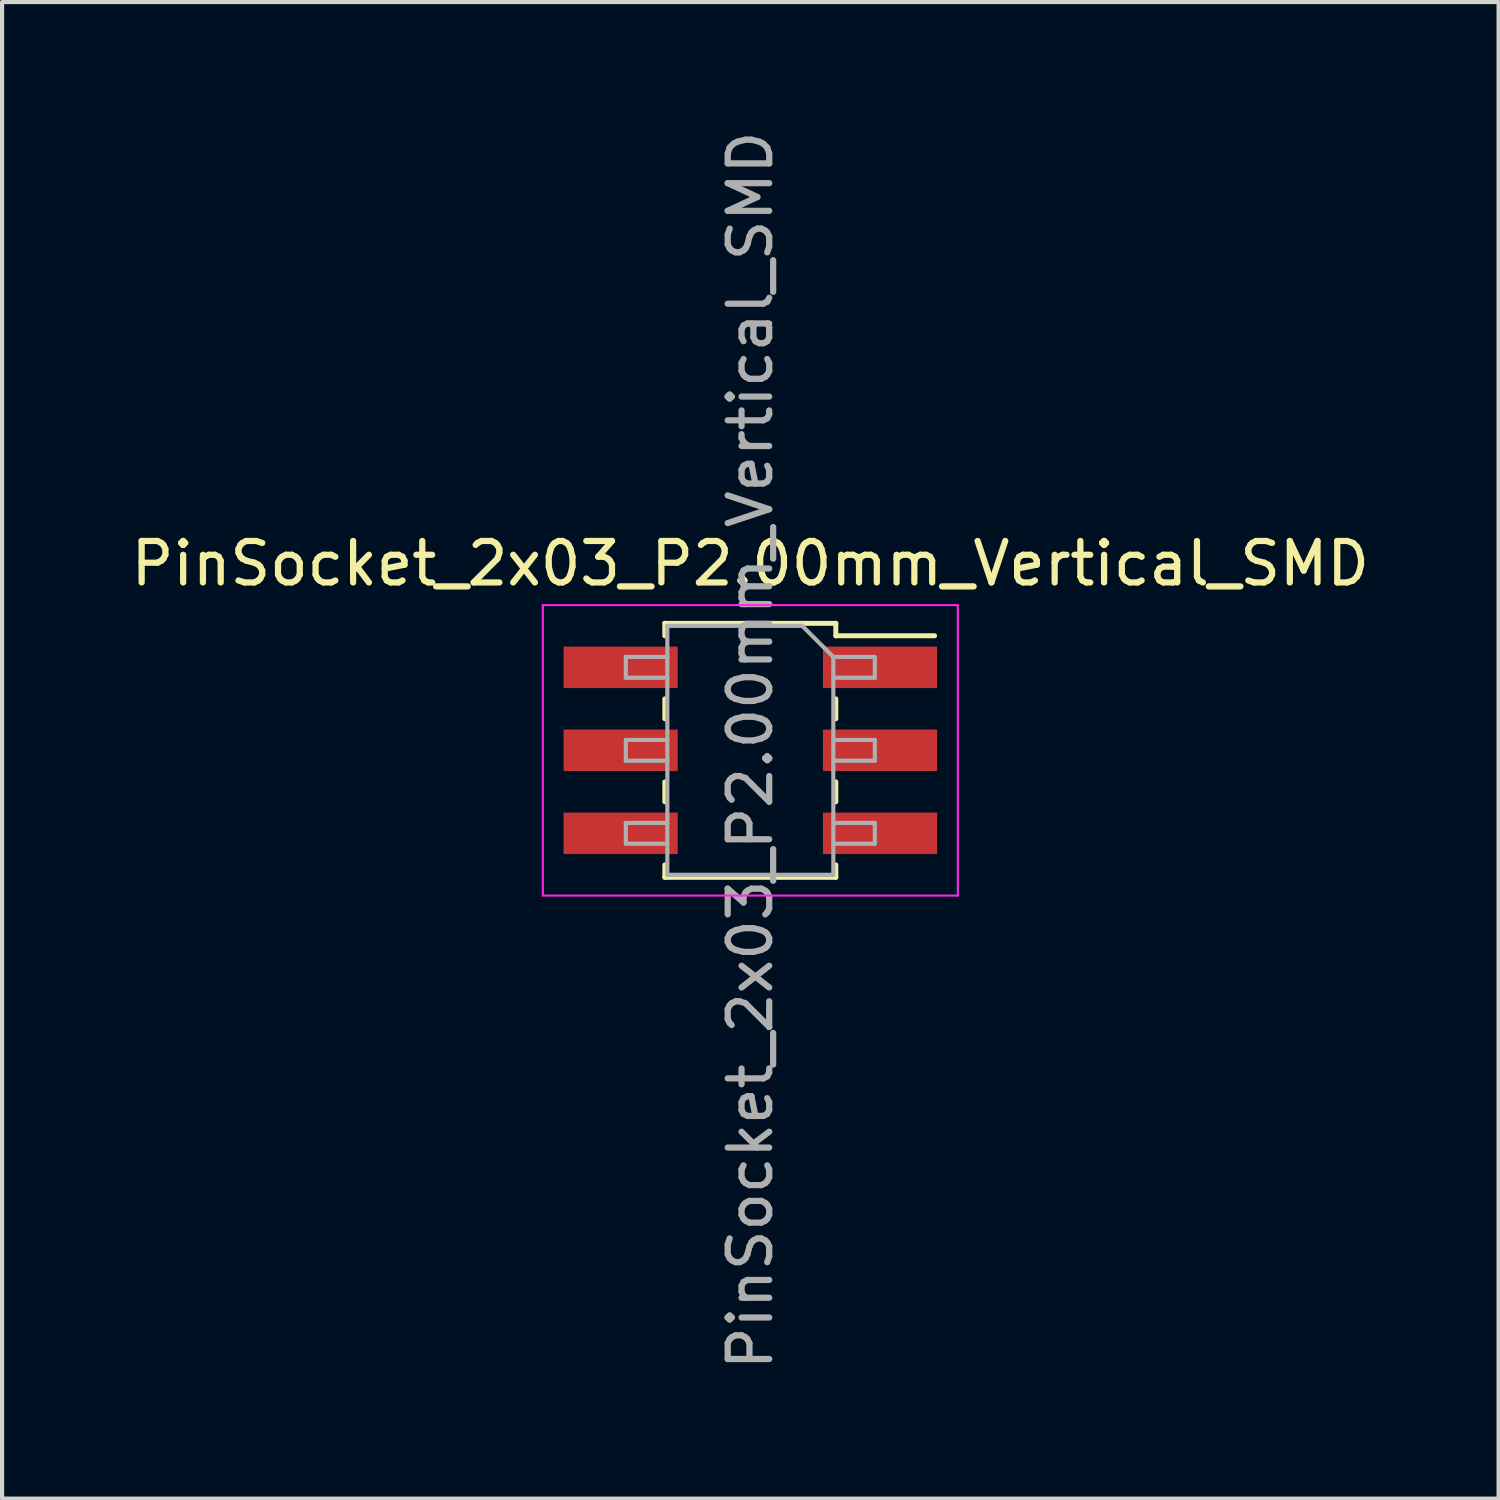
<source format=kicad_pcb>
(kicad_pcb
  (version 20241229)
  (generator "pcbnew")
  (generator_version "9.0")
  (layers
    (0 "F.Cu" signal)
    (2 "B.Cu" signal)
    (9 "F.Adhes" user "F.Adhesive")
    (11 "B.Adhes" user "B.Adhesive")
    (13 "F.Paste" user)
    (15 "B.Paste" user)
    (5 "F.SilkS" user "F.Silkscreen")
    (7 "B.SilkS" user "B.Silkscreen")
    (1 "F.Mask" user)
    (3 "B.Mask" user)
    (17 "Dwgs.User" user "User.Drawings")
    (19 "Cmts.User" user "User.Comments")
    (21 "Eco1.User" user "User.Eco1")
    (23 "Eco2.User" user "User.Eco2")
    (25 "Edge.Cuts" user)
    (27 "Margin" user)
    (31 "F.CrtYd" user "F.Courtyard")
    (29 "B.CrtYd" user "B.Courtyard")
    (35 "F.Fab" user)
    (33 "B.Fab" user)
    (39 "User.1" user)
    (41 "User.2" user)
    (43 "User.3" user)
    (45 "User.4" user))
  (footprint "PinSocket_2x03_P2.00mm_Vertical_SMD"
    (layer "F.Cu")
    (at 15.03 15.03)
    (property "Reference" "PinSocket_2x03_P2.00mm_Vertical_SMD" (at 0 -4.5 0) (layer "F.SilkS") (effects (font (size 1 1) (thickness 0.15))))
    (attr smd)
    (fp_line (start -2.06 -3.06) (end -2.06 -2.76) (stroke (width 0.12) (type solid)) (layer "F.SilkS"))
    (fp_line (start -2.06 -3.06) (end 2.06 -3.06) (stroke (width 0.12) (type solid)) (layer "F.SilkS"))
    (fp_line (start -2.06 -1.24) (end -2.06 -0.76) (stroke (width 0.12) (type solid)) (layer "F.SilkS"))
    (fp_line (start -2.06 0.76) (end -2.06 1.24) (stroke (width 0.12) (type solid)) (layer "F.SilkS"))
    (fp_line (start -2.06 2.76) (end -2.06 3.06) (stroke (width 0.12) (type solid)) (layer "F.SilkS"))
    (fp_line (start -2.06 3.06) (end 2.06 3.06) (stroke (width 0.12) (type solid)) (layer "F.SilkS"))
    (fp_line (start 2.06 -3.06) (end 2.06 -2.76) (stroke (width 0.12) (type solid)) (layer "F.SilkS"))
    (fp_line (start 2.06 -2.76) (end 4.44 -2.76) (stroke (width 0.12) (type solid)) (layer "F.SilkS"))
    (fp_line (start 2.06 -1.24) (end 2.06 -0.76) (stroke (width 0.12) (type solid)) (layer "F.SilkS"))
    (fp_line (start 2.06 0.76) (end 2.06 1.24) (stroke (width 0.12) (type solid)) (layer "F.SilkS"))
    (fp_line (start 2.06 2.76) (end 2.06 3.06) (stroke (width 0.12) (type solid)) (layer "F.SilkS"))
    (fp_line (start -5 -3.5) (end 5 -3.5) (stroke (width 0.05) (type solid)) (layer "F.CrtYd"))
    (fp_line (start -5 3.5) (end -5 -3.5) (stroke (width 0.05) (type solid)) (layer "F.CrtYd"))
    (fp_line (start 5 -3.5) (end 5 3.5) (stroke (width 0.05) (type solid)) (layer "F.CrtYd"))
    (fp_line (start 5 3.5) (end -5 3.5) (stroke (width 0.05) (type solid)) (layer "F.CrtYd"))
    (fp_line (start -3 -2.25) (end -2 -2.25) (stroke (width 0.1) (type solid)) (layer "F.Fab"))
    (fp_line (start -3 -1.75) (end -3 -2.25) (stroke (width 0.1) (type solid)) (layer "F.Fab"))
    (fp_line (start -3 -0.25) (end -2 -0.25) (stroke (width 0.1) (type solid)) (layer "F.Fab"))
    (fp_line (start -3 0.25) (end -3 -0.25) (stroke (width 0.1) (type solid)) (layer "F.Fab"))
    (fp_line (start -3 1.75) (end -2 1.75) (stroke (width 0.1) (type solid)) (layer "F.Fab"))
    (fp_line (start -3 2.25) (end -3 1.75) (stroke (width 0.1) (type solid)) (layer "F.Fab"))
    (fp_line (start -2 -3) (end 1.25 -3) (stroke (width 0.1) (type solid)) (layer "F.Fab"))
    (fp_line (start -2 -1.75) (end -3 -1.75) (stroke (width 0.1) (type solid)) (layer "F.Fab"))
    (fp_line (start -2 0.25) (end -3 0.25) (stroke (width 0.1) (type solid)) (layer "F.Fab"))
    (fp_line (start -2 2.25) (end -3 2.25) (stroke (width 0.1) (type solid)) (layer "F.Fab"))
    (fp_line (start -2 3) (end -2 -3) (stroke (width 0.1) (type solid)) (layer "F.Fab"))
    (fp_line (start 1.25 -3) (end 2 -2.25) (stroke (width 0.1) (type solid)) (layer "F.Fab"))
    (fp_line (start 2 -2.25) (end 2 3) (stroke (width 0.1) (type solid)) (layer "F.Fab"))
    (fp_line (start 2 -2.25) (end 3 -2.25) (stroke (width 0.1) (type solid)) (layer "F.Fab"))
    (fp_line (start 2 -0.25) (end 3 -0.25) (stroke (width 0.1) (type solid)) (layer "F.Fab"))
    (fp_line (start 2 1.75) (end 3 1.75) (stroke (width 0.1) (type solid)) (layer "F.Fab"))
    (fp_line (start 2 3) (end -2 3) (stroke (width 0.1) (type solid)) (layer "F.Fab"))
    (fp_line (start 3 -2.25) (end 3 -1.75) (stroke (width 0.1) (type solid)) (layer "F.Fab"))
    (fp_line (start 3 -1.75) (end 2 -1.75) (stroke (width 0.1) (type solid)) (layer "F.Fab"))
    (fp_line (start 3 -0.25) (end 3 0.25) (stroke (width 0.1) (type solid)) (layer "F.Fab"))
    (fp_line (start 3 0.25) (end 2 0.25) (stroke (width 0.1) (type solid)) (layer "F.Fab"))
    (fp_line (start 3 1.75) (end 3 2.25) (stroke (width 0.1) (type solid)) (layer "F.Fab"))
    (fp_line (start 3 2.25) (end 2 2.25) (stroke (width 0.1) (type solid)) (layer "F.Fab"))
    (fp_text user "${REFERENCE}" (at 0 0 90) (layer "F.Fab") (effects (font (size 1 1) (thickness 0.15))))
    (pad "1" smd rect (at 3.125 -2) (size 2.75 1) (layers "F.Cu" "F.Mask" "F.Paste"))
    (pad "2" smd rect (at -3.125 -2) (size 2.75 1) (layers "F.Cu" "F.Mask" "F.Paste"))
    (pad "3" smd rect (at 3.125 0) (size 2.75 1) (layers "F.Cu" "F.Mask" "F.Paste"))
    (pad "4" smd rect (at -3.125 0) (size 2.75 1) (layers "F.Cu" "F.Mask" "F.Paste"))
    (pad "5" smd rect (at 3.125 2) (size 2.75 1) (layers "F.Cu" "F.Mask" "F.Paste"))
    (pad "6" smd rect (at -3.125 2) (size 2.75 1) (layers "F.Cu" "F.Mask" "F.Paste")))
  (gr_rect
    (start -3 -3)
    (end 33.06 33.06)
    (stroke (width 0.1) (type default))
    (fill no)
    (layer "Edge.Cuts")))
</source>
